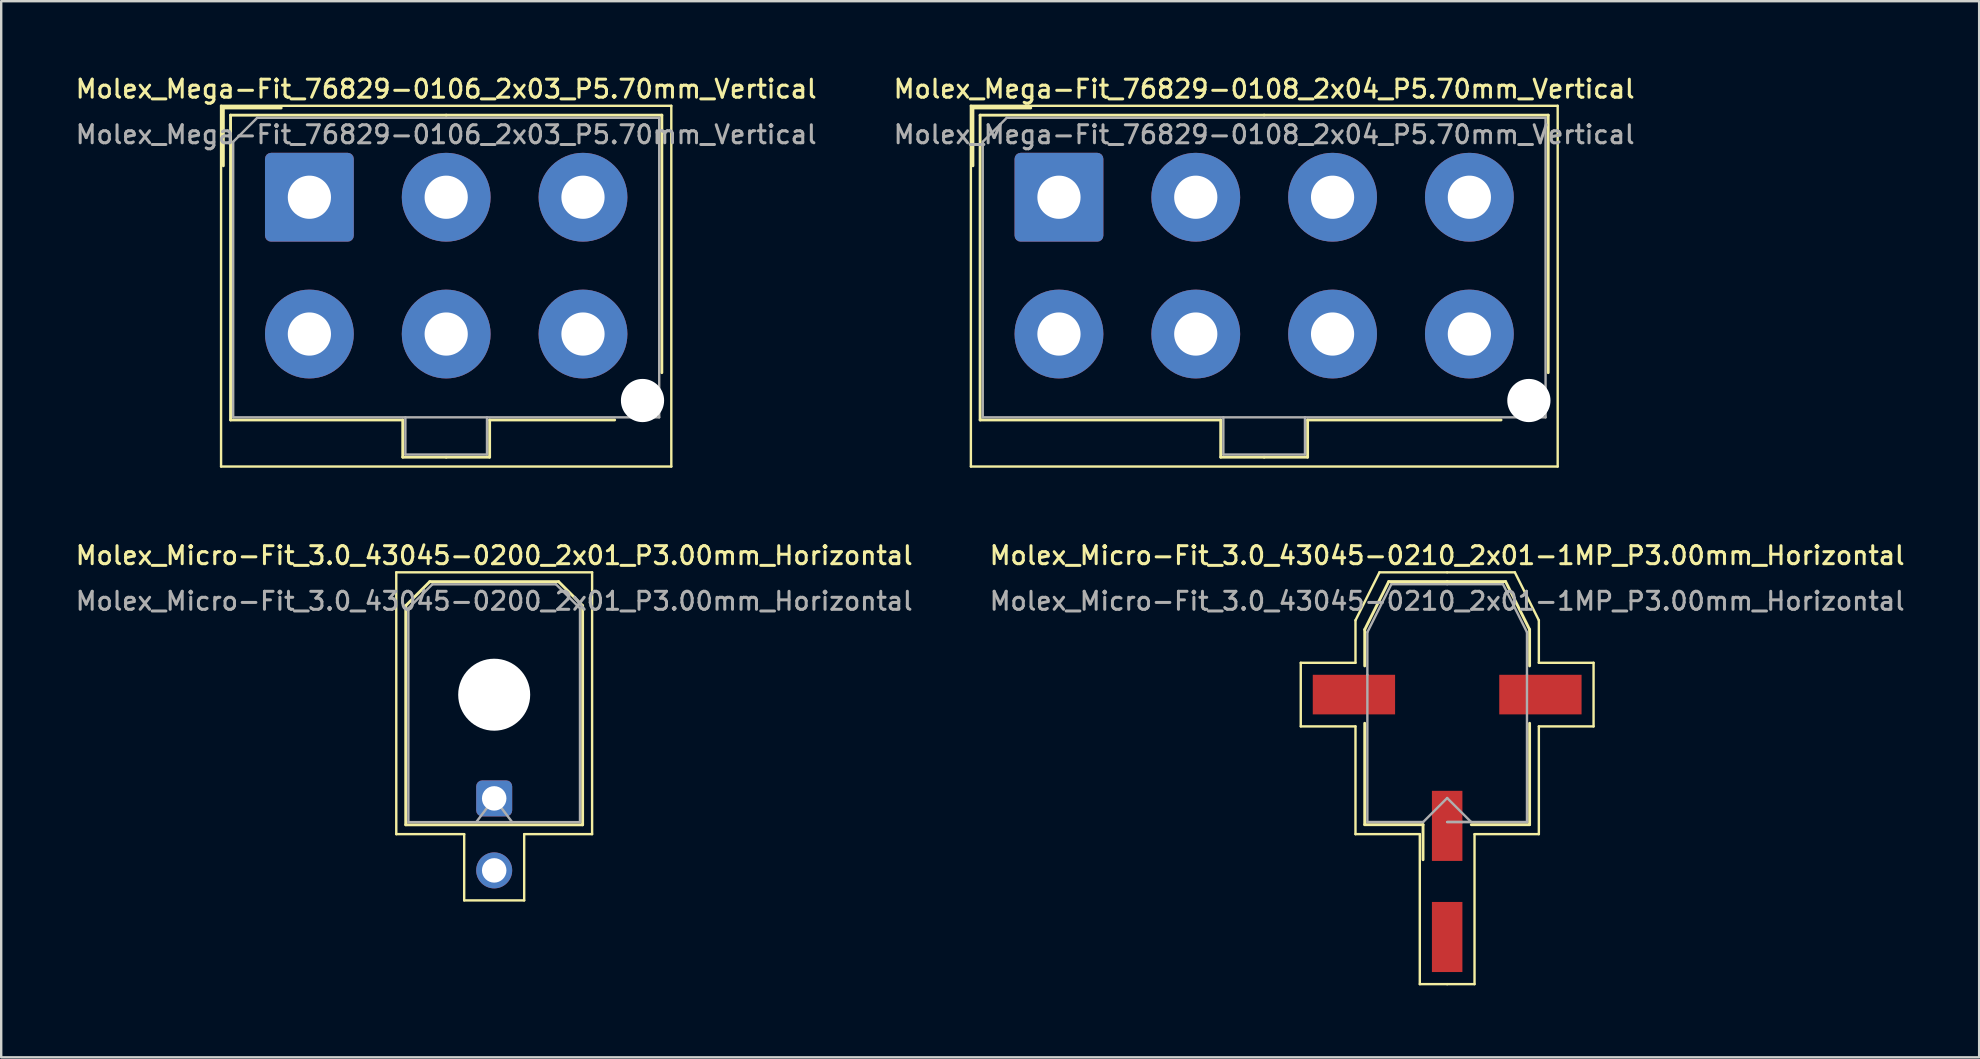
<source format=kicad_pcb>
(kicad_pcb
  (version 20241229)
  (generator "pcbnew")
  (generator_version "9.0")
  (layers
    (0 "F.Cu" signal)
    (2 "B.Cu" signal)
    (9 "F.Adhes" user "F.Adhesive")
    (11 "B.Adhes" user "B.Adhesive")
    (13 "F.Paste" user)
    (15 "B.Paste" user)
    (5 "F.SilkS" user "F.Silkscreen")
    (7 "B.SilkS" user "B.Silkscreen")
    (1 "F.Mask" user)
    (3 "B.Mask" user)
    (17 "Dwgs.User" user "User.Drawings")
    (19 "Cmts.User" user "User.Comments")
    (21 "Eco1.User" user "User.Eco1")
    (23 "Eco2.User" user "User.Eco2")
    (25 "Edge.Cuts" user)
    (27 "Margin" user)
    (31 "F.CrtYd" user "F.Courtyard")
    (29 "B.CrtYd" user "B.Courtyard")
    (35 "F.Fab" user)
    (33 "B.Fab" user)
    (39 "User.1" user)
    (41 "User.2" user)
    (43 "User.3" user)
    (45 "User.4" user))
  (footprint "Molex_Mega-Fit_76829-0106_2x03_P5.70mm_Vertical"
    (layer "F.Cu")
    (at 9.841 5.168)
    (property "Reference" "Molex_Mega-Fit_76829-0106_2x03_P5.70mm_Vertical" (at 5.7 -4.51 0) (layer "F.SilkS") (effects (font (size 0.75 0.75) (thickness 0.125))))
    (attr through_hole)
    (fp_line (start -3.68 -3.81) (end -3.68 11.22) (stroke (width 0.1) (type solid)) (layer "F.SilkS"))
    (fp_line (start -3.68 11.22) (end 15.08 11.22) (stroke (width 0.1) (type solid)) (layer "F.SilkS"))
    (fp_line (start -3.585 -3.72) (end -1.175 -3.72) (stroke (width 0.12) (type solid)) (layer "F.SilkS"))
    (fp_line (start -3.585 -1.31) (end -3.585 -3.72) (stroke (width 0.12) (type solid)) (layer "F.SilkS"))
    (fp_line (start -3.285 -3.42) (end -3.285 9.28) (stroke (width 0.12) (type solid)) (layer "F.SilkS"))
    (fp_line (start -3.285 9.28) (end 3.89 9.28) (stroke (width 0.12) (type solid)) (layer "F.SilkS"))
    (fp_line (start 3.89 9.28) (end 3.89 10.83) (stroke (width 0.12) (type solid)) (layer "F.SilkS"))
    (fp_line (start 3.89 10.83) (end 5.7 10.83) (stroke (width 0.12) (type solid)) (layer "F.SilkS"))
    (fp_line (start 5.7 -3.42) (end -3.285 -3.42) (stroke (width 0.12) (type solid)) (layer "F.SilkS"))
    (fp_line (start 5.7 -3.42) (end 14.685 -3.42) (stroke (width 0.12) (type solid)) (layer "F.SilkS"))
    (fp_line (start 7.51 9.28) (end 7.51 10.83) (stroke (width 0.12) (type solid)) (layer "F.SilkS"))
    (fp_line (start 7.51 10.83) (end 5.7 10.83) (stroke (width 0.12) (type solid)) (layer "F.SilkS"))
    (fp_line (start 12.72 9.28) (end 7.51 9.28) (stroke (width 0.12) (type solid)) (layer "F.SilkS"))
    (fp_line (start 14.685 -3.42) (end 14.685 7.31) (stroke (width 0.12) (type solid)) (layer "F.SilkS"))
    (fp_line (start 15.08 -3.81) (end -3.68 -3.81) (stroke (width 0.1) (type solid)) (layer "F.SilkS"))
    (fp_line (start 15.08 11.22) (end 15.08 -3.81) (stroke (width 0.1) (type solid)) (layer "F.SilkS"))
    (fp_line (start -3.175 -2.31) (end -3.175 9.17) (stroke (width 0.1) (type solid)) (layer "F.Fab"))
    (fp_line (start -3.175 9.17) (end 14.575 9.17) (stroke (width 0.1) (type solid)) (layer "F.Fab"))
    (fp_line (start -2.175 -3.31) (end -3.175 -2.31) (stroke (width 0.1) (type solid)) (layer "F.Fab"))
    (fp_line (start 4 9.17) (end 4 10.72) (stroke (width 0.1) (type solid)) (layer "F.Fab"))
    (fp_line (start 4 10.72) (end 7.4 10.72) (stroke (width 0.1) (type solid)) (layer "F.Fab"))
    (fp_line (start 7.4 10.72) (end 7.4 9.17) (stroke (width 0.1) (type solid)) (layer "F.Fab"))
    (fp_line (start 14.575 -3.31) (end -2.175 -3.31) (stroke (width 0.1) (type solid)) (layer "F.Fab"))
    (fp_line (start 14.575 9.17) (end 14.575 -3.31) (stroke (width 0.1) (type solid)) (layer "F.Fab"))
    (fp_text user "${REFERENCE}" (at 5.7 -2.61 0) (layer "F.Fab") (effects (font (size 0.75 0.75) (thickness 0.125))))
    (pad "" np_thru_hole circle (at 13.88 8.47) (size 1.8 1.8) (drill 1.8) (layers "*.Cu" "*.Mask"))
    (pad "1" thru_hole roundrect (at 0 0) (size 3.7 3.7) (drill 1.8) (layers "*.Cu" "*.Mask") (roundrect_rratio 0.068))
    (pad "2" thru_hole circle (at 5.7 0) (size 3.7 3.7) (drill 1.8) (layers "*.Cu" "*.Mask"))
    (pad "3" thru_hole circle (at 11.4 0) (size 3.7 3.7) (drill 1.8) (layers "*.Cu" "*.Mask"))
    (pad "4" thru_hole circle (at 0 5.7) (size 3.7 3.7) (drill 1.8) (layers "*.Cu" "*.Mask"))
    (pad "5" thru_hole circle (at 5.7 5.7) (size 3.7 3.7) (drill 1.8) (layers "*.Cu" "*.Mask"))
    (pad "6" thru_hole circle (at 11.4 5.7) (size 3.7 3.7) (drill 1.8) (layers "*.Cu" "*.Mask")))
  (footprint "Molex_Micro-Fit_3.0_43045-0210_2x01-1MP_P3.00mm_Horizontal"
    (layer "F.Cu")
    (at 57.248 33.676)
    (property "Reference" "Molex_Micro-Fit_3.0_43045-0210_2x01-1MP_P3.00mm_Horizontal" (at 0 -13.58 0) (layer "F.SilkS") (effects (font (size 0.75 0.75) (thickness 0.125))))
    (attr smd)
    (fp_line (start -6.1 -9.11) (end -6.1 -6.46) (stroke (width 0.1) (type solid)) (layer "F.SilkS"))
    (fp_line (start -6.1 -6.46) (end -3.82 -6.46) (stroke (width 0.1) (type solid)) (layer "F.SilkS"))
    (fp_line (start -3.82 -10.88) (end -3.82 -9.11) (stroke (width 0.1) (type solid)) (layer "F.SilkS"))
    (fp_line (start -3.82 -9.11) (end -6.1 -9.11) (stroke (width 0.1) (type solid)) (layer "F.SilkS"))
    (fp_line (start -3.82 -6.46) (end -3.82 -1.97) (stroke (width 0.1) (type solid)) (layer "F.SilkS"))
    (fp_line (start -3.82 -1.97) (end -1.14 -1.97) (stroke (width 0.1) (type solid)) (layer "F.SilkS"))
    (fp_line (start -3.435 -10.495) (end -3.435 -8.98) (stroke (width 0.12) (type solid)) (layer "F.SilkS"))
    (fp_line (start -3.435 -6.59) (end -3.435 -2.365) (stroke (width 0.12) (type solid)) (layer "F.SilkS"))
    (fp_line (start -3.435 -2.365) (end -1.005 -2.365) (stroke (width 0.12) (type solid)) (layer "F.SilkS"))
    (fp_line (start -2.82 -12.88) (end -3.82 -10.88) (stroke (width 0.1) (type solid)) (layer "F.SilkS"))
    (fp_line (start -2.435 -12.495) (end -3.435 -10.495) (stroke (width 0.12) (type solid)) (layer "F.SilkS"))
    (fp_line (start -1.14 -1.97) (end -1.14 4.28) (stroke (width 0.1) (type solid)) (layer "F.SilkS"))
    (fp_line (start -1.14 4.28) (end 0 4.28) (stroke (width 0.1) (type solid)) (layer "F.SilkS"))
    (fp_line (start -1.005 -2.365) (end -1.005 -0.905) (stroke (width 0.12) (type solid)) (layer "F.SilkS"))
    (fp_line (start 0 -12.88) (end -2.82 -12.88) (stroke (width 0.1) (type solid)) (layer "F.SilkS"))
    (fp_line (start 0 -12.88) (end 2.82 -12.88) (stroke (width 0.1) (type solid)) (layer "F.SilkS"))
    (fp_line (start 0 -12.495) (end -2.435 -12.495) (stroke (width 0.12) (type solid)) (layer "F.SilkS"))
    (fp_line (start 0 -12.495) (end 2.435 -12.495) (stroke (width 0.12) (type solid)) (layer "F.SilkS"))
    (fp_line (start 1.14 -1.97) (end 1.14 4.28) (stroke (width 0.1) (type solid)) (layer "F.SilkS"))
    (fp_line (start 1.14 4.28) (end 0 4.28) (stroke (width 0.1) (type solid)) (layer "F.SilkS"))
    (fp_line (start 2.435 -12.495) (end 3.435 -10.495) (stroke (width 0.12) (type solid)) (layer "F.SilkS"))
    (fp_line (start 2.82 -12.88) (end 3.82 -10.88) (stroke (width 0.1) (type solid)) (layer "F.SilkS"))
    (fp_line (start 3.435 -10.495) (end 3.435 -8.98) (stroke (width 0.12) (type solid)) (layer "F.SilkS"))
    (fp_line (start 3.435 -6.59) (end 3.435 -2.365) (stroke (width 0.12) (type solid)) (layer "F.SilkS"))
    (fp_line (start 3.435 -2.365) (end 1.005 -2.365) (stroke (width 0.12) (type solid)) (layer "F.SilkS"))
    (fp_line (start 3.82 -10.88) (end 3.82 -9.11) (stroke (width 0.1) (type solid)) (layer "F.SilkS"))
    (fp_line (start 3.82 -9.11) (end 6.1 -9.11) (stroke (width 0.1) (type solid)) (layer "F.SilkS"))
    (fp_line (start 3.82 -6.46) (end 3.82 -1.97) (stroke (width 0.1) (type solid)) (layer "F.SilkS"))
    (fp_line (start 3.82 -1.97) (end 1.14 -1.97) (stroke (width 0.1) (type solid)) (layer "F.SilkS"))
    (fp_line (start 6.1 -9.11) (end 6.1 -6.46) (stroke (width 0.1) (type solid)) (layer "F.SilkS"))
    (fp_line (start 6.1 -6.46) (end 3.82 -6.46) (stroke (width 0.1) (type solid)) (layer "F.SilkS"))
    (fp_line (start -3.325 -10.385) (end -3.325 -8.61) (stroke (width 0.1) (type solid)) (layer "F.Fab"))
    (fp_line (start -3.325 -8.61) (end -3.325 -2.475) (stroke (width 0.1) (type solid)) (layer "F.Fab"))
    (fp_line (start -3.325 -2.475) (end -1 -2.475) (stroke (width 0.1) (type solid)) (layer "F.Fab"))
    (fp_line (start -2.325 -12.385) (end -3.325 -10.385) (stroke (width 0.1) (type solid)) (layer "F.Fab"))
    (fp_line (start -1 -2.475) (end 0 -3.475) (stroke (width 0.1) (type solid)) (layer "F.Fab"))
    (fp_line (start 0 -12.385) (end -2.325 -12.385) (stroke (width 0.1) (type solid)) (layer "F.Fab"))
    (fp_line (start 0 -12.385) (end 2.325 -12.385) (stroke (width 0.1) (type solid)) (layer "F.Fab"))
    (fp_line (start 0 -3.475) (end 1 -2.475) (stroke (width 0.1) (type solid)) (layer "F.Fab"))
    (fp_line (start 0.635 -2.475) (end 0 -2.475) (stroke (width 0.1) (type solid)) (layer "F.Fab"))
    (fp_line (start 1 -2.475) (end 0 -2.475) (stroke (width 0.1) (type solid)) (layer "F.Fab"))
    (fp_line (start 2.325 -12.385) (end 3.325 -10.385) (stroke (width 0.1) (type solid)) (layer "F.Fab"))
    (fp_line (start 3.325 -10.385) (end 3.325 -8.61) (stroke (width 0.1) (type solid)) (layer "F.Fab"))
    (fp_line (start 3.325 -8.61) (end 3.325 -2.475) (stroke (width 0.1) (type solid)) (layer "F.Fab"))
    (fp_line (start 3.325 -2.475) (end 0.635 -2.475) (stroke (width 0.1) (type solid)) (layer "F.Fab"))
    (fp_text user "${REFERENCE}" (at 0 -11.68 0) (layer "F.Fab") (effects (font (size 0.75 0.75) (thickness 0.125))))
    (pad "1" smd rect (at 0 -2.315) (size 1.27 2.92) (layers "F.Cu" "F.Mask" "F.Paste"))
    (pad "2" smd rect (at 0 2.315) (size 1.27 2.92) (layers "F.Cu" "F.Mask" "F.Paste"))
    (pad "MP" smd rect (at -3.885 -7.785) (size 3.43 1.65) (layers "F.Cu" "F.Mask" "F.Paste"))
    (pad "MP" smd rect (at 3.885 -7.785) (size 3.43 1.65) (layers "F.Cu" "F.Mask" "F.Paste")))
  (footprint "Molex_Micro-Fit_3.0_43045-0200_2x01_P3.00mm_Horizontal"
    (layer "F.Cu")
    (at 17.541 30.216)
    (property "Reference" "Molex_Micro-Fit_3.0_43045-0200_2x01_P3.00mm_Horizontal" (at 0 -10.12 0) (layer "F.SilkS") (effects (font (size 0.75 0.75) (thickness 0.125))))
    (attr through_hole)
    (fp_line (start -4.08 -9.42) (end 4.08 -9.42) (stroke (width 0.1) (type solid)) (layer "F.SilkS"))
    (fp_line (start -4.08 1.49) (end -4.08 -9.42) (stroke (width 0.1) (type solid)) (layer "F.SilkS"))
    (fp_line (start -3.685 -8.03) (end -2.685 -9.03) (stroke (width 0.12) (type solid)) (layer "F.SilkS"))
    (fp_line (start -3.685 1.1) (end -3.685 -8.03) (stroke (width 0.12) (type solid)) (layer "F.SilkS"))
    (fp_line (start -2.685 -9.03) (end 2.685 -9.03) (stroke (width 0.12) (type solid)) (layer "F.SilkS"))
    (fp_line (start -1.25 1.49) (end -4.08 1.49) (stroke (width 0.1) (type solid)) (layer "F.SilkS"))
    (fp_line (start -1.25 4.25) (end -1.25 1.49) (stroke (width 0.1) (type solid)) (layer "F.SilkS"))
    (fp_line (start 1.25 1.49) (end 1.25 4.25) (stroke (width 0.1) (type solid)) (layer "F.SilkS"))
    (fp_line (start 1.25 4.25) (end -1.25 4.25) (stroke (width 0.1) (type solid)) (layer "F.SilkS"))
    (fp_line (start 2.685 -9.03) (end 3.685 -8.03) (stroke (width 0.12) (type solid)) (layer "F.SilkS"))
    (fp_line (start 3.685 -8.03) (end 3.685 1.1) (stroke (width 0.12) (type solid)) (layer "F.SilkS"))
    (fp_line (start 3.685 1.1) (end -3.685 1.1) (stroke (width 0.12) (type solid)) (layer "F.SilkS"))
    (fp_line (start 4.08 -9.42) (end 4.08 1.49) (stroke (width 0.1) (type solid)) (layer "F.SilkS"))
    (fp_line (start 4.08 1.49) (end 1.25 1.49) (stroke (width 0.1) (type solid)) (layer "F.SilkS"))
    (fp_line (start -3.575 -7.92) (end -2.575 -8.92) (stroke (width 0.1) (type solid)) (layer "F.Fab"))
    (fp_line (start -3.575 0.99) (end -3.575 -7.92) (stroke (width 0.1) (type solid)) (layer "F.Fab"))
    (fp_line (start -2.575 -8.92) (end 2.575 -8.92) (stroke (width 0.1) (type solid)) (layer "F.Fab"))
    (fp_line (start -0.75 0.99) (end 0 0) (stroke (width 0.1) (type solid)) (layer "F.Fab"))
    (fp_line (start 0 0) (end 0.75 0.99) (stroke (width 0.1) (type solid)) (layer "F.Fab"))
    (fp_line (start 2.575 -8.92) (end 3.575 -7.92) (stroke (width 0.1) (type solid)) (layer "F.Fab"))
    (fp_line (start 3.575 -7.92) (end 3.575 0.99) (stroke (width 0.1) (type solid)) (layer "F.Fab"))
    (fp_line (start 3.575 0.99) (end -3.575 0.99) (stroke (width 0.1) (type solid)) (layer "F.Fab"))
    (fp_text user "${REFERENCE}" (at 0 -8.22 0) (layer "F.Fab") (effects (font (size 0.75 0.75) (thickness 0.125))))
    (pad "" np_thru_hole circle (at 0 -4.32) (size 3 3) (drill 3) (layers "*.Cu" "*.Mask"))
    (pad "1" thru_hole roundrect (at 0 0) (size 1.5 1.5) (drill 1.02) (layers "*.Cu" "*.Mask") (roundrect_rratio 0.167))
    (pad "2" thru_hole circle (at 0 3) (size 1.5 1.5) (drill 1.02) (layers "*.Cu" "*.Mask")))
  (footprint "Molex_Mega-Fit_76829-0108_2x04_P5.70mm_Vertical"
    (layer "F.Cu")
    (at 41.073 5.168)
    (property "Reference" "Molex_Mega-Fit_76829-0108_2x04_P5.70mm_Vertical" (at 8.55 -4.51 0) (layer "F.SilkS") (effects (font (size 0.75 0.75) (thickness 0.125))))
    (attr through_hole)
    (fp_line (start -3.67 -3.81) (end -3.67 11.22) (stroke (width 0.1) (type solid)) (layer "F.SilkS"))
    (fp_line (start -3.67 11.22) (end 20.78 11.22) (stroke (width 0.1) (type solid)) (layer "F.SilkS"))
    (fp_line (start -3.585 -3.72) (end -1.175 -3.72) (stroke (width 0.12) (type solid)) (layer "F.SilkS"))
    (fp_line (start -3.585 -1.31) (end -3.585 -3.72) (stroke (width 0.12) (type solid)) (layer "F.SilkS"))
    (fp_line (start -3.285 -3.42) (end -3.285 9.28) (stroke (width 0.12) (type solid)) (layer "F.SilkS"))
    (fp_line (start -3.285 9.28) (end 6.74 9.28) (stroke (width 0.12) (type solid)) (layer "F.SilkS"))
    (fp_line (start 6.74 9.28) (end 6.74 10.83) (stroke (width 0.12) (type solid)) (layer "F.SilkS"))
    (fp_line (start 6.74 10.83) (end 8.55 10.83) (stroke (width 0.12) (type solid)) (layer "F.SilkS"))
    (fp_line (start 8.55 -3.42) (end -3.285 -3.42) (stroke (width 0.12) (type solid)) (layer "F.SilkS"))
    (fp_line (start 8.55 -3.42) (end 20.385 -3.42) (stroke (width 0.12) (type solid)) (layer "F.SilkS"))
    (fp_line (start 10.36 9.28) (end 10.36 10.83) (stroke (width 0.12) (type solid)) (layer "F.SilkS"))
    (fp_line (start 10.36 10.83) (end 8.55 10.83) (stroke (width 0.12) (type solid)) (layer "F.SilkS"))
    (fp_line (start 18.42 9.28) (end 10.36 9.28) (stroke (width 0.12) (type solid)) (layer "F.SilkS"))
    (fp_line (start 20.385 -3.42) (end 20.385 7.31) (stroke (width 0.12) (type solid)) (layer "F.SilkS"))
    (fp_line (start 20.78 -3.81) (end -3.67 -3.81) (stroke (width 0.1) (type solid)) (layer "F.SilkS"))
    (fp_line (start 20.78 11.22) (end 20.78 -3.81) (stroke (width 0.1) (type solid)) (layer "F.SilkS"))
    (fp_line (start -3.175 -2.31) (end -3.175 9.17) (stroke (width 0.1) (type solid)) (layer "F.Fab"))
    (fp_line (start -3.175 9.17) (end 20.275 9.17) (stroke (width 0.1) (type solid)) (layer "F.Fab"))
    (fp_line (start -2.175 -3.31) (end -3.175 -2.31) (stroke (width 0.1) (type solid)) (layer "F.Fab"))
    (fp_line (start 6.85 9.17) (end 6.85 10.72) (stroke (width 0.1) (type solid)) (layer "F.Fab"))
    (fp_line (start 6.85 10.72) (end 10.25 10.72) (stroke (width 0.1) (type solid)) (layer "F.Fab"))
    (fp_line (start 10.25 10.72) (end 10.25 9.17) (stroke (width 0.1) (type solid)) (layer "F.Fab"))
    (fp_line (start 20.275 -3.31) (end -2.175 -3.31) (stroke (width 0.1) (type solid)) (layer "F.Fab"))
    (fp_line (start 20.275 9.17) (end 20.275 -3.31) (stroke (width 0.1) (type solid)) (layer "F.Fab"))
    (fp_text user "${REFERENCE}" (at 8.55 -2.61 0) (layer "F.Fab") (effects (font (size 0.75 0.75) (thickness 0.125))))
    (pad "" np_thru_hole circle (at 19.58 8.47) (size 1.8 1.8) (drill 1.8) (layers "*.Cu" "*.Mask"))
    (pad "1" thru_hole roundrect (at 0 0) (size 3.7 3.7) (drill 1.8) (layers "*.Cu" "*.Mask") (roundrect_rratio 0.068))
    (pad "2" thru_hole circle (at 5.7 0) (size 3.7 3.7) (drill 1.8) (layers "*.Cu" "*.Mask"))
    (pad "3" thru_hole circle (at 11.4 0) (size 3.7 3.7) (drill 1.8) (layers "*.Cu" "*.Mask"))
    (pad "4" thru_hole circle (at 17.1 0) (size 3.7 3.7) (drill 1.8) (layers "*.Cu" "*.Mask"))
    (pad "5" thru_hole circle (at 0 5.7) (size 3.7 3.7) (drill 1.8) (layers "*.Cu" "*.Mask"))
    (pad "6" thru_hole circle (at 5.7 5.7) (size 3.7 3.7) (drill 1.8) (layers "*.Cu" "*.Mask"))
    (pad "7" thru_hole circle (at 11.4 5.7) (size 3.7 3.7) (drill 1.8) (layers "*.Cu" "*.Mask"))
    (pad "8" thru_hole circle (at 17.1 5.7) (size 3.7 3.7) (drill 1.8) (layers "*.Cu" "*.Mask")))
  (gr_rect
    (start -3 -3)
    (end 79.414 41.006)
    (stroke (width 0.1) (type default))
    (fill no)
    (layer "Edge.Cuts")))
</source>
